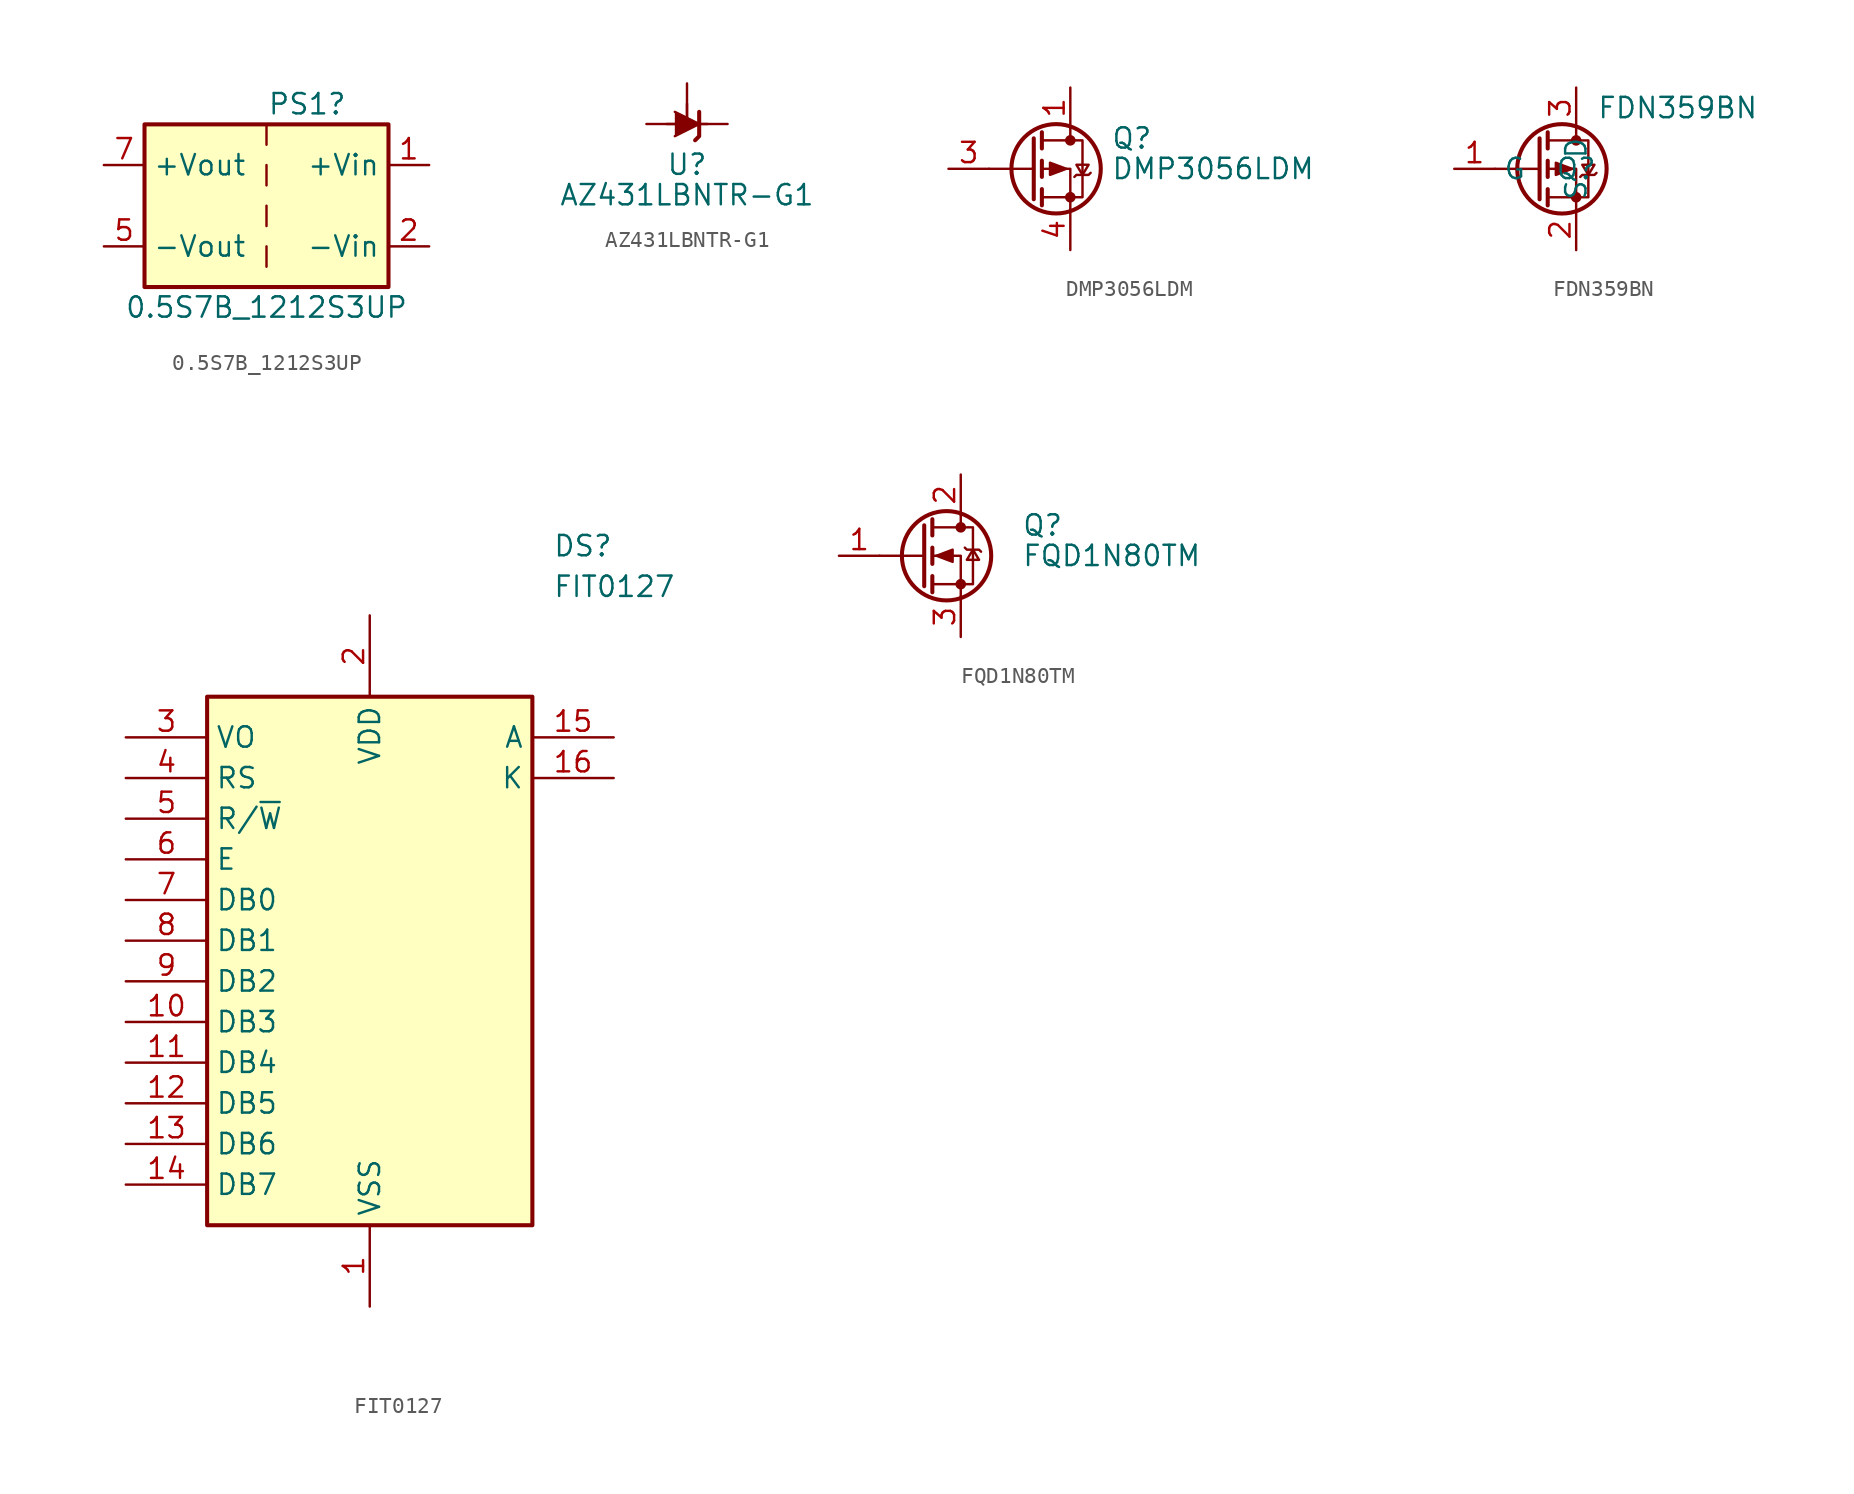
<source format=kicad_sym>
(kicad_symbol_lib
  (version 20231120)
  (generator "kicad_symbol_editor")
  (generator_version "8.0")
  (symbol "0.5S7B_1212S3UP"
    (property "Reference" "PS1"
      (at 2.54 6.35 0)
      (effects (font (size 1.27 1.27))))
    (property "Value" "0.5S7B_1212S3UP"
      (at 0 -6.35 0)
      (effects (font (size 1.27 1.27))))
    (symbol "0.5S7B_1212S3UP_0_0"
      (pin power_in line (at 10.16 2.54 180) (length 2.54) (name "+Vin" (effects (font (size 1.27 1.27)))) (number "1" (effects (font (size 1.27 1.27)))))
      (pin power_in line (at 10.16 -2.54 180) (length 2.54) (name "-Vin" (effects (font (size 1.27 1.27)))) (number "2" (effects (font (size 1.27 1.27)))))
      (pin power_out line (at -10.16 -2.54 0) (length 2.54) (name "-Vout" (effects (font (size 1.27 1.27)))) (number "5" (effects (font (size 1.27 1.27)))))
      (pin power_out line (at -10.16 2.54 0) (length 2.54) (name "+Vout" (effects (font (size 1.27 1.27)))) (number "7" (effects (font (size 1.27 1.27))))))
    (symbol "0.5S7B_1212S3UP_0_1"
      (rectangle (start -7.62 5.08) (end 7.62 -5.08) (stroke (width 0.254) (type default)) (fill (type background)))
      (polyline (pts (xy 0 -2.54) (xy 0 -3.81)) (stroke (width 0) (type default)) (fill (type none)))
      (polyline (pts (xy 0 0) (xy 0 -1.27)) (stroke (width 0) (type default)) (fill (type none)))
      (polyline (pts (xy 0 2.54) (xy 0 1.27)) (stroke (width 0) (type default)) (fill (type none)))
      (polyline (pts (xy 0 5.08) (xy 0 3.81)) (stroke (width 0) (type default)) (fill (type none)))))
  (symbol "AZ431LBNTR-G1"
    (pin_numbers hide)
    (pin_names hide)
    (property "Reference" "U"
      (at 0 -2.54 0)
      (effects (font (size 1.27 1.27))))
    (property "Value" "AZ431LBNTR-G1"
      (at 0 -4.445 0)
      (effects (font (size 1.27 1.27))))
    (symbol "AZ431LBNTR-G1_0_1"
      (polyline (pts (xy -1.27 0) (xy 0 0) (xy 1.27 0)) (stroke (width 0) (type default)) (fill (type none)))
      (polyline (pts (xy -0.762 0.762) (xy 0.762 0) (xy -0.762 -0.762)) (stroke (width 0) (type default)) (fill (type outline)))
      (polyline (pts (xy 0.508 -1.016) (xy 0.762 -0.762) (xy 0.762 0.762) (xy 0.762 0.762)) (stroke (width 0.254) (type default)) (fill (type none))))
    (symbol "AZ431LBNTR-G1_1_1"
      (polyline (pts (xy 0 1.27) (xy 0 0)) (stroke (width 0) (type default)) (fill (type none)))
      (pin passive line (at 0 2.54 270) (length 2.54) (name "REF" (effects (font (size 1.27 1.27)))) (number "1" (effects (font (size 1.27 1.27)))))
      (pin passive line (at 2.54 0 180) (length 2.54) (name "K" (effects (font (size 1.27 1.27)))) (number "2" (effects (font (size 1.27 1.27)))))
      (pin passive line (at -2.54 0 0) (length 2.54) (name "A" (effects (font (size 1.27 1.27)))) (number "3" (effects (font (size 1.27 1.27)))))))
  (symbol "DMP3056LDM"
    (pin_names hide)
    (property "Reference" "Q"
      (at 5.08 1.905 0)
      (effects (font (size 1.27 1.27)) (justify left)))
    (property "Value" "DMP3056LDM"
      (at 5.08 0 0)
      (effects (font (size 1.27 1.27)) (justify left)))
    (symbol "DMP3056LDM_0_1"
      (polyline (pts (xy 0.254 0) (xy -2.54 0)) (stroke (width 0) (type default)) (fill (type none)))
      (polyline (pts (xy 0.254 1.905) (xy 0.254 -1.905)) (stroke (width 0.254) (type default)) (fill (type none)))
      (polyline (pts (xy 0.762 -1.27) (xy 0.762 -2.286)) (stroke (width 0.254) (type default)) (fill (type none)))
      (polyline (pts (xy 0.762 0.508) (xy 0.762 -0.508)) (stroke (width 0.254) (type default)) (fill (type none)))
      (polyline (pts (xy 0.762 2.286) (xy 0.762 1.27)) (stroke (width 0.254) (type default)) (fill (type none)))
      (polyline (pts (xy 2.54 2.54) (xy 2.54 1.778)) (stroke (width 0) (type default)) (fill (type none)))
      (polyline (pts (xy 2.54 -2.54) (xy 2.54 0) (xy 0.762 0)) (stroke (width 0) (type default)) (fill (type none)))
      (polyline (pts (xy 0.762 1.778) (xy 3.302 1.778) (xy 3.302 -1.778) (xy 0.762 -1.778)) (stroke (width 0) (type default)) (fill (type none)))
      (polyline (pts (xy 2.286 0) (xy 1.27 0.381) (xy 1.27 -0.381) (xy 2.286 0)) (stroke (width 0) (type default)) (fill (type outline)))
      (polyline (pts (xy 2.794 -0.508) (xy 2.921 -0.381) (xy 3.683 -0.381) (xy 3.81 -0.254)) (stroke (width 0) (type default)) (fill (type none)))
      (polyline (pts (xy 3.302 -0.381) (xy 2.921 0.254) (xy 3.683 0.254) (xy 3.302 -0.381)) (stroke (width 0) (type default)) (fill (type none)))
      (circle (center 1.651 0) (radius 2.794) (stroke (width 0.254) (type default)) (fill (type none)))
      (circle (center 2.54 -1.778) (radius 0.254) (stroke (width 0) (type default)) (fill (type outline)))
      (circle (center 2.54 1.778) (radius 0.254) (stroke (width 0) (type default)) (fill (type outline))))
    (symbol "DMP3056LDM_1_1"
      (pin passive line (at 2.54 5.08 270) (length 2.54) (name "D" (effects (font (size 1.27 1.27)))) (number "1" (effects (font (size 1.27 1.27)))))
      (pin passive line (at 2.54 5.08 270) (length 2.54) hide (name "D" (effects (font (size 1.27 1.27)))) (number "2" (effects (font (size 1.27 1.27)))))
      (pin passive line (at -5.08 0 0) (length 2.54) (name "G" (effects (font (size 1.27 1.27)))) (number "3" (effects (font (size 1.27 1.27)))))
      (pin passive line (at 2.54 -5.08 90) (length 2.54) (name "S" (effects (font (size 1.27 1.27)))) (number "4" (effects (font (size 1.27 1.27)))))
      (pin passive line (at 2.54 5.08 270) (length 2.54) hide (name "D" (effects (font (size 1.27 1.27)))) (number "5" (effects (font (size 1.27 1.27)))))
      (pin passive line (at 2.54 5.08 270) (length 2.54) hide (name "D" (effects (font (size 1.27 1.27)))) (number "6" (effects (font (size 1.27 1.27)))))))
  (symbol "FDN359BN"
    (property "Reference" "Q"
      (at 0 0 0)
      (effects (font (size 1.27 1.27))))
    (property "Value" "FDN359BN"
      (at 6.35 3.81 0)
      (effects (font (size 1.27 1.27))))
    (symbol "FDN359BN_0_1"
      (circle (center -0.889 0) (radius 2.794) (stroke (width 0.254) (type default)) (fill (type none)))
      (circle (center 0 -1.778) (radius 0.254) (stroke (width 0) (type default)) (fill (type outline)))
      (polyline (pts (xy -2.286 0) (xy -5.08 0)) (stroke (width 0) (type default)) (fill (type none)))
      (polyline (pts (xy -2.286 1.905) (xy -2.286 -1.905)) (stroke (width 0.254) (type default)) (fill (type none)))
      (polyline (pts (xy -1.778 -1.27) (xy -1.778 -2.286)) (stroke (width 0.254) (type default)) (fill (type none)))
      (polyline (pts (xy -1.778 0.508) (xy -1.778 -0.508)) (stroke (width 0.254) (type default)) (fill (type none)))
      (polyline (pts (xy -1.778 2.286) (xy -1.778 1.27)) (stroke (width 0.254) (type default)) (fill (type none)))
      (polyline (pts (xy 0 2.54) (xy 0 1.778)) (stroke (width 0) (type default)) (fill (type none)))
      (polyline (pts (xy 0 -2.54) (xy 0 0) (xy -1.778 0)) (stroke (width 0) (type default)) (fill (type none)))
      (polyline (pts (xy -1.778 1.778) (xy 0.762 1.778) (xy 0.762 -1.778) (xy -1.778 -1.778)) (stroke (width 0) (type default)) (fill (type none)))
      (polyline (pts (xy -0.254 0) (xy -1.27 0.381) (xy -1.27 -0.381) (xy -0.254 0)) (stroke (width 0) (type default)) (fill (type outline)))
      (polyline (pts (xy 0.254 -0.508) (xy 0.381 -0.381) (xy 1.143 -0.381) (xy 1.27 -0.254)) (stroke (width 0) (type default)) (fill (type none)))
      (polyline (pts (xy 0.762 -0.381) (xy 0.381 0.254) (xy 1.143 0.254) (xy 0.762 -0.381)) (stroke (width 0) (type default)) (fill (type none)))
      (circle (center 0 1.778) (radius 0.254) (stroke (width 0) (type default)) (fill (type outline))))
    (symbol "FDN359BN_1_1"
      (pin input line (at -7.62 0 0) (length 2.54) (name "G" (effects (font (size 1.27 1.27)))) (number "1" (effects (font (size 1.27 1.27)))))
      (pin passive line (at 0 -5.08 90) (length 2.54) (name "S" (effects (font (size 1.27 1.27)))) (number "2" (effects (font (size 1.27 1.27)))))
      (pin passive line (at 0 5.08 270) (length 2.54) (name "D" (effects (font (size 1.27 1.27)))) (number "3" (effects (font (size 1.27 1.27)))))))
  (symbol "FIT0127"
    (property "Reference" "DS"
      (at 26.67 7.62 0)
      (effects (font (size 1.27 1.27)) (justify left top)))
    (property "Value" "FIT0127"
      (at 26.67 5.08 0)
      (effects (font (size 1.27 1.27)) (justify left top)))
    (symbol "FIT0127_1_1"
      (rectangle (start 5.08 -2.54) (end 25.4 -35.56) (stroke (width 0.254) (type default)) (fill (type background)))
      (pin passive line (at 15.24 -40.64 90) (length 5.08) (name "VSS" (effects (font (size 1.27 1.27)))) (number "1" (effects (font (size 1.27 1.27)))))
      (pin passive line (at 0 -22.86 0) (length 5.08) (name "DB3" (effects (font (size 1.27 1.27)))) (number "10" (effects (font (size 1.27 1.27)))))
      (pin passive line (at 0 -25.4 0) (length 5.08) (name "DB4" (effects (font (size 1.27 1.27)))) (number "11" (effects (font (size 1.27 1.27)))))
      (pin passive line (at 0 -27.94 0) (length 5.08) (name "DB5" (effects (font (size 1.27 1.27)))) (number "12" (effects (font (size 1.27 1.27)))))
      (pin passive line (at 0 -30.48 0) (length 5.08) (name "DB6" (effects (font (size 1.27 1.27)))) (number "13" (effects (font (size 1.27 1.27)))))
      (pin passive line (at 0 -33.02 0) (length 5.08) (name "DB7" (effects (font (size 1.27 1.27)))) (number "14" (effects (font (size 1.27 1.27)))))
      (pin passive line (at 30.48 -5.08 180) (length 5.08) (name "A" (effects (font (size 1.27 1.27)))) (number "15" (effects (font (size 1.27 1.27)))))
      (pin passive line (at 30.48 -7.62 180) (length 5.08) (name "K" (effects (font (size 1.27 1.27)))) (number "16" (effects (font (size 1.27 1.27)))))
      (pin passive line (at 15.24 2.54 270) (length 5.08) (name "VDD" (effects (font (size 1.27 1.27)))) (number "2" (effects (font (size 1.27 1.27)))))
      (pin passive line (at 0 -5.08 0) (length 5.08) (name "VO" (effects (font (size 1.27 1.27)))) (number "3" (effects (font (size 1.27 1.27)))))
      (pin passive line (at 0 -7.62 0) (length 5.08) (name "RS" (effects (font (size 1.27 1.27)))) (number "4" (effects (font (size 1.27 1.27)))))
      (pin passive line (at 0 -10.16 0) (length 5.08) (name "R/~{W}" (effects (font (size 1.27 1.27)))) (number "5" (effects (font (size 1.27 1.27)))))
      (pin passive line (at 0 -12.7 0) (length 5.08) (name "E" (effects (font (size 1.27 1.27)))) (number "6" (effects (font (size 1.27 1.27)))))
      (pin passive line (at 0 -15.24 0) (length 5.08) (name "DB0" (effects (font (size 1.27 1.27)))) (number "7" (effects (font (size 1.27 1.27)))))
      (pin passive line (at 0 -17.78 0) (length 5.08) (name "DB1" (effects (font (size 1.27 1.27)))) (number "8" (effects (font (size 1.27 1.27)))))
      (pin passive line (at 0 -20.32 0) (length 5.08) (name "DB2" (effects (font (size 1.27 1.27)))) (number "9" (effects (font (size 1.27 1.27)))))))
  (symbol "FQD1N80TM"
    (pin_names hide)
    (property "Reference" "Q"
      (at 6.35 1.905 0)
      (effects (font (size 1.27 1.27)) (justify left)))
    (property "Value" "FQD1N80TM"
      (at 6.35 0 0)
      (effects (font (size 1.27 1.27)) (justify left)))
    (symbol "FQD1N80TM_0_1"
      (polyline (pts (xy 0.254 0) (xy -2.54 0)) (stroke (width 0) (type default)) (fill (type none)))
      (polyline (pts (xy 0.254 1.905) (xy 0.254 -1.905)) (stroke (width 0.254) (type default)) (fill (type none)))
      (polyline (pts (xy 0.762 -1.27) (xy 0.762 -2.286)) (stroke (width 0.254) (type default)) (fill (type none)))
      (polyline (pts (xy 0.762 0.508) (xy 0.762 -0.508)) (stroke (width 0.254) (type default)) (fill (type none)))
      (polyline (pts (xy 0.762 2.286) (xy 0.762 1.27)) (stroke (width 0.254) (type default)) (fill (type none)))
      (polyline (pts (xy 2.54 2.54) (xy 2.54 1.778)) (stroke (width 0) (type default)) (fill (type none)))
      (polyline (pts (xy 2.54 -2.54) (xy 2.54 0) (xy 0.762 0)) (stroke (width 0) (type default)) (fill (type none)))
      (polyline (pts (xy 0.762 -1.778) (xy 3.302 -1.778) (xy 3.302 1.778) (xy 0.762 1.778)) (stroke (width 0) (type default)) (fill (type none)))
      (polyline (pts (xy 1.016 0) (xy 2.032 0.381) (xy 2.032 -0.381) (xy 1.016 0)) (stroke (width 0) (type default)) (fill (type outline)))
      (polyline (pts (xy 2.794 0.508) (xy 2.921 0.381) (xy 3.683 0.381) (xy 3.81 0.254)) (stroke (width 0) (type default)) (fill (type none)))
      (polyline (pts (xy 3.302 0.381) (xy 2.921 -0.254) (xy 3.683 -0.254) (xy 3.302 0.381)) (stroke (width 0) (type default)) (fill (type none)))
      (circle (center 1.651 0) (radius 2.794) (stroke (width 0.254) (type default)) (fill (type none)))
      (circle (center 2.54 -1.778) (radius 0.254) (stroke (width 0) (type default)) (fill (type outline)))
      (circle (center 2.54 1.778) (radius 0.254) (stroke (width 0) (type default)) (fill (type outline))))
    (symbol "FQD1N80TM_1_1"
      (pin input line (at -5.08 0 0) (length 2.54) (name "G" (effects (font (size 1.27 1.27)))) (number "1" (effects (font (size 1.27 1.27)))))
      (pin passive line (at 2.54 5.08 270) (length 2.54) (name "D" (effects (font (size 1.27 1.27)))) (number "2" (effects (font (size 1.27 1.27)))))
      (pin passive line (at 2.54 -5.08 90) (length 2.54) (name "S" (effects (font (size 1.27 1.27)))) (number "3" (effects (font (size 1.27 1.27))))))))
</source>
